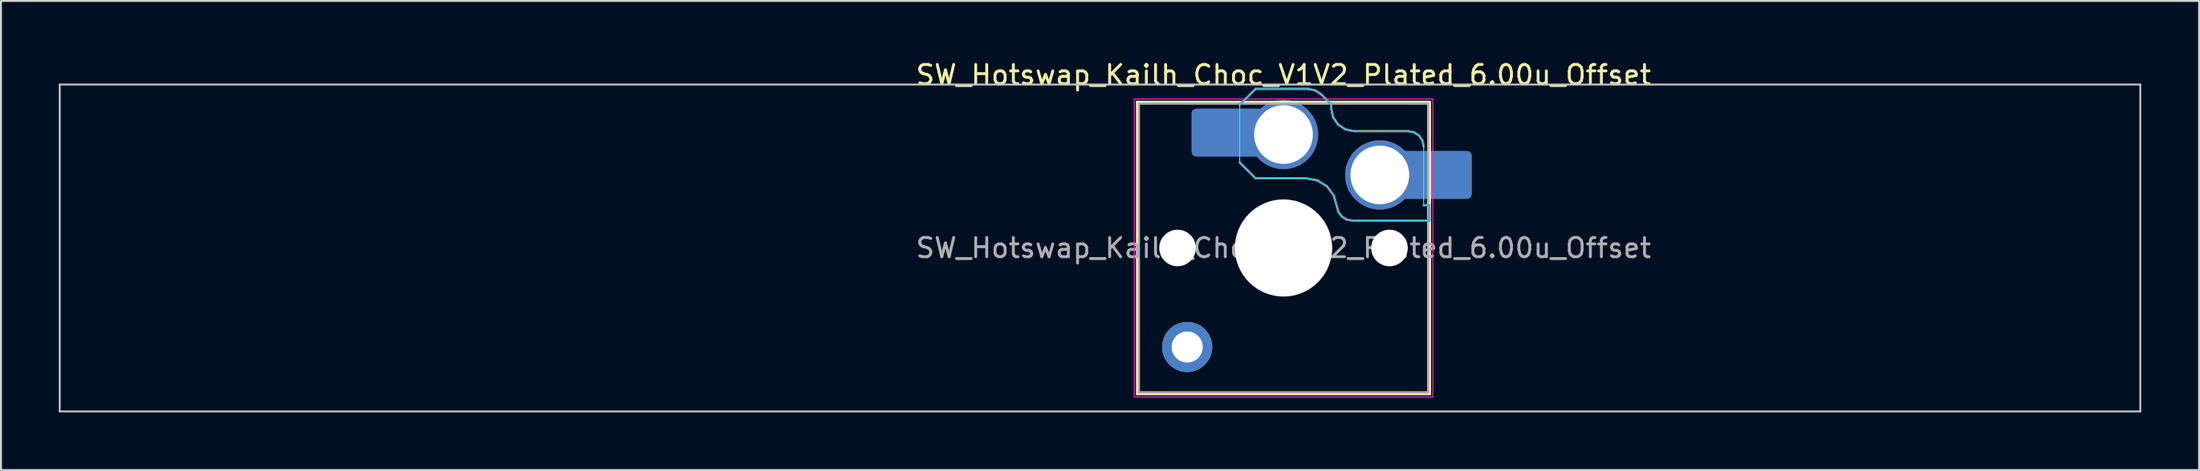
<source format=kicad_pcb>
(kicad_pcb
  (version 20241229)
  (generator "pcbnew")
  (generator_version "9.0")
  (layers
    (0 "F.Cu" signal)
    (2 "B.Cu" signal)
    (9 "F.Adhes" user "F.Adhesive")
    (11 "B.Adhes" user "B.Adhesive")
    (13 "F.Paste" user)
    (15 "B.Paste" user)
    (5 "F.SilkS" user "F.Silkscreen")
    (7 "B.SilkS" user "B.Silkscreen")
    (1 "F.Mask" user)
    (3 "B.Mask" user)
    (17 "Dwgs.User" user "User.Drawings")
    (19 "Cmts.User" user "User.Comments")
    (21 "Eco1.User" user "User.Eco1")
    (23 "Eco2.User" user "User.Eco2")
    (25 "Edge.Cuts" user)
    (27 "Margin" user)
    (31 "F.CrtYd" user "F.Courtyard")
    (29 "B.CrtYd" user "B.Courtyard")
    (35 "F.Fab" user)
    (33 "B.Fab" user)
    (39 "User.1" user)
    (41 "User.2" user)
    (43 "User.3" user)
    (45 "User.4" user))
  (footprint "SW_Hotswap_Kailh_Choc_V1V2_Plated_6.00u_Offset"
    (layer "F.Cu")
    (at 63.575 9.848)
    (property "Reference" "SW_Hotswap_Kailh_Choc_V1V2_Plated_6.00u_Offset" (at 0 -9 0) (layer "F.SilkS") (effects (font (size 1 1) (thickness 0.15))))
    (attr smd)
    (fp_line (start -7.6 -7.6) (end -7.6 7.6) (stroke (width 0.12) (type solid)) (layer "F.SilkS"))
    (fp_line (start -7.6 7.6) (end 7.6 7.6) (stroke (width 0.12) (type solid)) (layer "F.SilkS"))
    (fp_line (start 7.6 -7.6) (end -7.6 -7.6) (stroke (width 0.12) (type solid)) (layer "F.SilkS"))
    (fp_line (start 7.6 7.6) (end 7.6 -7.6) (stroke (width 0.12) (type solid)) (layer "F.SilkS"))
    (fp_line (start -2.275 -7.45) (end -1.45 -8.275) (stroke (width 0.12) (type solid)) (layer "B.SilkS"))
    (fp_line (start -1.45 -8.275) (end 1.261 -8.275) (stroke (width 0.12) (type solid)) (layer "B.SilkS"))
    (fp_line (start -1.45 -3.625) (end -2.275 -4.45) (stroke (width 0.12) (type solid)) (layer "B.SilkS"))
    (fp_line (start 1.175 -3.625) (end -1.45 -3.625) (stroke (width 0.12) (type solid)) (layer "B.SilkS"))
    (fp_line (start 1.261 -8.275) (end 1.643 -8.199) (stroke (width 0.12) (type solid)) (layer "B.SilkS"))
    (fp_line (start 1.643 -8.199) (end 1.968 -7.982) (stroke (width 0.12) (type solid)) (layer "B.SilkS"))
    (fp_line (start 1.756 -3.516) (end 1.175 -3.625) (stroke (width 0.12) (type solid)) (layer "B.SilkS"))
    (fp_line (start 1.968 -7.982) (end 2.475 -7.475) (stroke (width 0.12) (type solid)) (layer "B.SilkS"))
    (fp_line (start 2.258 -3.203) (end 1.756 -3.516) (stroke (width 0.12) (type solid)) (layer "B.SilkS"))
    (fp_line (start 2.475 -7.475) (end 2.475 -7.275) (stroke (width 0.12) (type solid)) (layer "B.SilkS"))
    (fp_line (start 2.475 -7.275) (end 2.566 -6.816) (stroke (width 0.12) (type solid)) (layer "B.SilkS"))
    (fp_line (start 2.566 -6.816) (end 2.826 -6.426) (stroke (width 0.12) (type solid)) (layer "B.SilkS"))
    (fp_line (start 2.612 -2.729) (end 2.258 -3.203) (stroke (width 0.12) (type solid)) (layer "B.SilkS"))
    (fp_line (start 2.769 -2.158) (end 2.612 -2.729) (stroke (width 0.12) (type solid)) (layer "B.SilkS"))
    (fp_line (start 2.826 -6.426) (end 3.216 -6.166) (stroke (width 0.12) (type solid)) (layer "B.SilkS"))
    (fp_line (start 2.848 -1.873) (end 2.769 -2.158) (stroke (width 0.12) (type solid)) (layer "B.SilkS"))
    (fp_line (start 3.025 -1.636) (end 2.848 -1.873) (stroke (width 0.12) (type solid)) (layer "B.SilkS"))
    (fp_line (start 3.216 -6.166) (end 3.675 -6.075) (stroke (width 0.12) (type solid)) (layer "B.SilkS"))
    (fp_line (start 3.276 -1.48) (end 3.025 -1.636) (stroke (width 0.12) (type solid)) (layer "B.SilkS"))
    (fp_line (start 3.567 -1.425) (end 3.276 -1.48) (stroke (width 0.12) (type solid)) (layer "B.SilkS"))
    (fp_line (start 3.675 -6.075) (end 6.475 -6.075) (stroke (width 0.12) (type solid)) (layer "B.SilkS"))
    (fp_line (start 6.475 -6.075) (end 6.781 -6.014) (stroke (width 0.12) (type solid)) (layer "B.SilkS"))
    (fp_line (start 6.781 -6.014) (end 7.041 -5.841) (stroke (width 0.12) (type solid)) (layer "B.SilkS"))
    (fp_line (start 7.041 -5.841) (end 7.214 -5.581) (stroke (width 0.12) (type solid)) (layer "B.SilkS"))
    (fp_line (start 7.214 -5.581) (end 7.275 -5.275) (stroke (width 0.12) (type solid)) (layer "B.SilkS"))
    (fp_line (start 7.275 -2.225) (end 7.575 -2.225) (stroke (width 0.12) (type solid)) (layer "B.SilkS"))
    (fp_line (start 7.575 -2.225) (end 7.575 -1.425) (stroke (width 0.12) (type solid)) (layer "B.SilkS"))
    (fp_line (start 7.575 -1.425) (end 3.567 -1.425) (stroke (width 0.12) (type solid)) (layer "B.SilkS"))
    (fp_line (start -63.525 -8.5) (end -63.525 8.5) (stroke (width 0.1) (type solid)) (layer "Dwgs.User"))
    (fp_line (start -63.525 8.5) (end 44.475 8.5) (stroke (width 0.1) (type solid)) (layer "Dwgs.User"))
    (fp_line (start 44.475 -8.5) (end -63.525 -8.5) (stroke (width 0.1) (type solid)) (layer "Dwgs.User"))
    (fp_line (start 44.475 8.5) (end 44.475 -8.5) (stroke (width 0.1) (type solid)) (layer "Dwgs.User"))
    (fp_line (start -7.25 -7.25) (end -7.25 7.25) (stroke (width 0.1) (type solid)) (layer "Eco1.User"))
    (fp_line (start -7.25 7.25) (end 7.25 7.25) (stroke (width 0.1) (type solid)) (layer "Eco1.User"))
    (fp_line (start 7.25 -7.25) (end -7.25 -7.25) (stroke (width 0.1) (type solid)) (layer "Eco1.User"))
    (fp_line (start 7.25 7.25) (end 7.25 -7.25) (stroke (width 0.1) (type solid)) (layer "Eco1.User"))
    (fp_line (start -2.275 -7.45) (end -1.45 -8.275) (stroke (width 0.05) (type solid)) (layer "B.CrtYd"))
    (fp_line (start -2.275 -4.45) (end -2.275 -7.45) (stroke (width 0.05) (type solid)) (layer "B.CrtYd"))
    (fp_line (start -1.45 -8.275) (end 1.261 -8.275) (stroke (width 0.05) (type solid)) (layer "B.CrtYd"))
    (fp_line (start -1.45 -3.625) (end -2.275 -4.45) (stroke (width 0.05) (type solid)) (layer "B.CrtYd"))
    (fp_line (start 1.175 -3.625) (end -1.45 -3.625) (stroke (width 0.05) (type solid)) (layer "B.CrtYd"))
    (fp_line (start 1.261 -8.275) (end 1.643 -8.199) (stroke (width 0.05) (type solid)) (layer "B.CrtYd"))
    (fp_line (start 1.643 -8.199) (end 1.968 -7.982) (stroke (width 0.05) (type solid)) (layer "B.CrtYd"))
    (fp_line (start 1.756 -3.516) (end 1.175 -3.625) (stroke (width 0.05) (type solid)) (layer "B.CrtYd"))
    (fp_line (start 1.968 -7.982) (end 2.475 -7.475) (stroke (width 0.05) (type solid)) (layer "B.CrtYd"))
    (fp_line (start 2.258 -3.203) (end 1.756 -3.516) (stroke (width 0.05) (type solid)) (layer "B.CrtYd"))
    (fp_line (start 2.475 -7.475) (end 2.475 -7.275) (stroke (width 0.05) (type solid)) (layer "B.CrtYd"))
    (fp_line (start 2.475 -7.275) (end 2.566 -6.816) (stroke (width 0.05) (type solid)) (layer "B.CrtYd"))
    (fp_line (start 2.566 -6.816) (end 2.826 -6.426) (stroke (width 0.05) (type solid)) (layer "B.CrtYd"))
    (fp_line (start 2.612 -2.729) (end 2.258 -3.203) (stroke (width 0.05) (type solid)) (layer "B.CrtYd"))
    (fp_line (start 2.769 -2.158) (end 2.612 -2.729) (stroke (width 0.05) (type solid)) (layer "B.CrtYd"))
    (fp_line (start 2.826 -6.426) (end 3.216 -6.166) (stroke (width 0.05) (type solid)) (layer "B.CrtYd"))
    (fp_line (start 2.848 -1.873) (end 2.769 -2.158) (stroke (width 0.05) (type solid)) (layer "B.CrtYd"))
    (fp_line (start 3.025 -1.636) (end 2.848 -1.873) (stroke (width 0.05) (type solid)) (layer "B.CrtYd"))
    (fp_line (start 3.216 -6.166) (end 3.675 -6.075) (stroke (width 0.05) (type solid)) (layer "B.CrtYd"))
    (fp_line (start 3.276 -1.48) (end 3.025 -1.636) (stroke (width 0.05) (type solid)) (layer "B.CrtYd"))
    (fp_line (start 3.567 -1.425) (end 3.276 -1.48) (stroke (width 0.05) (type solid)) (layer "B.CrtYd"))
    (fp_line (start 3.675 -6.075) (end 6.475 -6.075) (stroke (width 0.05) (type solid)) (layer "B.CrtYd"))
    (fp_line (start 6.475 -6.075) (end 6.781 -6.014) (stroke (width 0.05) (type solid)) (layer "B.CrtYd"))
    (fp_line (start 6.781 -6.014) (end 7.041 -5.841) (stroke (width 0.05) (type solid)) (layer "B.CrtYd"))
    (fp_line (start 7.041 -5.841) (end 7.214 -5.581) (stroke (width 0.05) (type solid)) (layer "B.CrtYd"))
    (fp_line (start 7.214 -5.581) (end 7.275 -5.275) (stroke (width 0.05) (type solid)) (layer "B.CrtYd"))
    (fp_line (start 7.275 -5.275) (end 7.275 -2.225) (stroke (width 0.05) (type solid)) (layer "B.CrtYd"))
    (fp_line (start 7.275 -2.225) (end 7.575 -2.225) (stroke (width 0.05) (type solid)) (layer "B.CrtYd"))
    (fp_line (start 7.575 -2.225) (end 7.575 -1.425) (stroke (width 0.05) (type solid)) (layer "B.CrtYd"))
    (fp_line (start 7.575 -1.425) (end 3.567 -1.425) (stroke (width 0.05) (type solid)) (layer "B.CrtYd"))
    (fp_line (start -7.75 -7.75) (end -7.75 7.75) (stroke (width 0.05) (type solid)) (layer "F.CrtYd"))
    (fp_line (start -7.75 7.75) (end 7.75 7.75) (stroke (width 0.05) (type solid)) (layer "F.CrtYd"))
    (fp_line (start 7.75 -7.75) (end -7.75 -7.75) (stroke (width 0.05) (type solid)) (layer "F.CrtYd"))
    (fp_line (start 7.75 7.75) (end 7.75 -7.75) (stroke (width 0.05) (type solid)) (layer "F.CrtYd"))
    (fp_line (start -2.275 -7.45) (end -1.45 -8.275) (stroke (width 0.1) (type solid)) (layer "B.Fab"))
    (fp_line (start -1.45 -8.275) (end 1.261 -8.275) (stroke (width 0.1) (type solid)) (layer "B.Fab"))
    (fp_line (start -1.45 -3.625) (end -2.275 -4.45) (stroke (width 0.1) (type solid)) (layer "B.Fab"))
    (fp_line (start 1.175 -3.625) (end -1.45 -3.625) (stroke (width 0.1) (type solid)) (layer "B.Fab"))
    (fp_line (start 1.261 -8.275) (end 1.643 -8.199) (stroke (width 0.1) (type solid)) (layer "B.Fab"))
    (fp_line (start 1.643 -8.199) (end 1.968 -7.982) (stroke (width 0.1) (type solid)) (layer "B.Fab"))
    (fp_line (start 1.756 -3.516) (end 1.175 -3.625) (stroke (width 0.1) (type solid)) (layer "B.Fab"))
    (fp_line (start 1.968 -7.982) (end 2.475 -7.475) (stroke (width 0.1) (type solid)) (layer "B.Fab"))
    (fp_line (start 2.258 -3.203) (end 1.756 -3.516) (stroke (width 0.1) (type solid)) (layer "B.Fab"))
    (fp_line (start 2.475 -7.475) (end 2.475 -7.275) (stroke (width 0.1) (type solid)) (layer "B.Fab"))
    (fp_line (start 2.475 -7.275) (end 2.566 -6.816) (stroke (width 0.1) (type solid)) (layer "B.Fab"))
    (fp_line (start 2.566 -6.816) (end 2.826 -6.426) (stroke (width 0.1) (type solid)) (layer "B.Fab"))
    (fp_line (start 2.612 -2.729) (end 2.258 -3.203) (stroke (width 0.1) (type solid)) (layer "B.Fab"))
    (fp_line (start 2.769 -2.158) (end 2.612 -2.729) (stroke (width 0.1) (type solid)) (layer "B.Fab"))
    (fp_line (start 2.826 -6.426) (end 3.216 -6.166) (stroke (width 0.1) (type solid)) (layer "B.Fab"))
    (fp_line (start 2.848 -1.873) (end 2.769 -2.158) (stroke (width 0.1) (type solid)) (layer "B.Fab"))
    (fp_line (start 3.025 -1.636) (end 2.848 -1.873) (stroke (width 0.1) (type solid)) (layer "B.Fab"))
    (fp_line (start 3.216 -6.166) (end 3.675 -6.075) (stroke (width 0.1) (type solid)) (layer "B.Fab"))
    (fp_line (start 3.276 -1.48) (end 3.025 -1.636) (stroke (width 0.1) (type solid)) (layer "B.Fab"))
    (fp_line (start 3.567 -1.425) (end 3.276 -1.48) (stroke (width 0.1) (type solid)) (layer "B.Fab"))
    (fp_line (start 3.675 -6.075) (end 6.475 -6.075) (stroke (width 0.1) (type solid)) (layer "B.Fab"))
    (fp_line (start 6.475 -6.075) (end 6.781 -6.014) (stroke (width 0.1) (type solid)) (layer "B.Fab"))
    (fp_line (start 6.781 -6.014) (end 7.041 -5.841) (stroke (width 0.1) (type solid)) (layer "B.Fab"))
    (fp_line (start 7.041 -5.841) (end 7.214 -5.581) (stroke (width 0.1) (type solid)) (layer "B.Fab"))
    (fp_line (start 7.214 -5.581) (end 7.275 -5.275) (stroke (width 0.1) (type solid)) (layer "B.Fab"))
    (fp_line (start 7.275 -2.225) (end 7.575 -2.225) (stroke (width 0.1) (type solid)) (layer "B.Fab"))
    (fp_line (start 7.575 -2.225) (end 7.575 -1.425) (stroke (width 0.1) (type solid)) (layer "B.Fab"))
    (fp_line (start 7.575 -1.425) (end 3.567 -1.425) (stroke (width 0.1) (type solid)) (layer "B.Fab"))
    (fp_line (start -7.5 -7.5) (end -7.5 7.5) (stroke (width 0.1) (type solid)) (layer "F.Fab"))
    (fp_line (start -7.5 7.5) (end 7.5 7.5) (stroke (width 0.1) (type solid)) (layer "F.Fab"))
    (fp_line (start 7.5 -7.5) (end -7.5 -7.5) (stroke (width 0.1) (type solid)) (layer "F.Fab"))
    (fp_line (start 7.5 7.5) (end 7.5 -7.5) (stroke (width 0.1) (type solid)) (layer "F.Fab"))
    (fp_text user "${REFERENCE}" (at 0 0 0) (layer "F.Fab") (effects (font (size 1 1) (thickness 0.15))))
    (pad "" np_thru_hole circle (at -5.5 0) (size 1.9 1.9) (drill 1.9) (layers "*.Cu" "*.Mask"))
    (pad "" thru_hole circle (at -5 5.15) (size 2.6 2.6) (drill 1.6) (layers "*.Cu" "B.Mask"))
    (pad "" thru_hole circle (at -5 5.15) (size 2.6 2.6) (drill 1.6) (layers "*.Cu" "B.Mask"))
    (pad "" smd roundrect (at -3.5 -6) (size 2.55 2.5) (layers "B.Mask" "B.Paste") (roundrect_rratio 0.1))
    (pad "" np_thru_hole circle (at 0 0) (size 5.05 5.05) (drill 5.05) (layers "*.Cu" "*.Mask"))
    (pad "" np_thru_hole circle (at 5.5 0) (size 1.9 1.9) (drill 1.9) (layers "*.Cu" "*.Mask"))
    (pad "" smd roundrect (at 8.5 -3.8) (size 2.55 2.5) (layers "B.Mask" "B.Paste") (roundrect_rratio 0.1))
    (pad "1" smd roundrect (at -2.85 -6) (size 3.85 2.5) (layers "B.Cu") (roundrect_rratio 0.1))
    (pad "1" thru_hole circle (at 0 -5.9) (size 3.6 3.6) (drill 3.05) (layers "*.Cu" "B.Mask"))
    (pad "2" thru_hole circle (at 5 -3.8) (size 3.6 3.6) (drill 3.05) (layers "*.Cu" "B.Mask"))
    (pad "2" smd roundrect (at 7.85 -3.8) (size 3.85 2.5) (layers "B.Cu") (roundrect_rratio 0.1)))
  (gr_rect
    (start -3 -3)
    (end 111.1 21.398)
    (stroke (width 0.1) (type default))
    (fill no)
    (layer "Edge.Cuts")))
</source>
